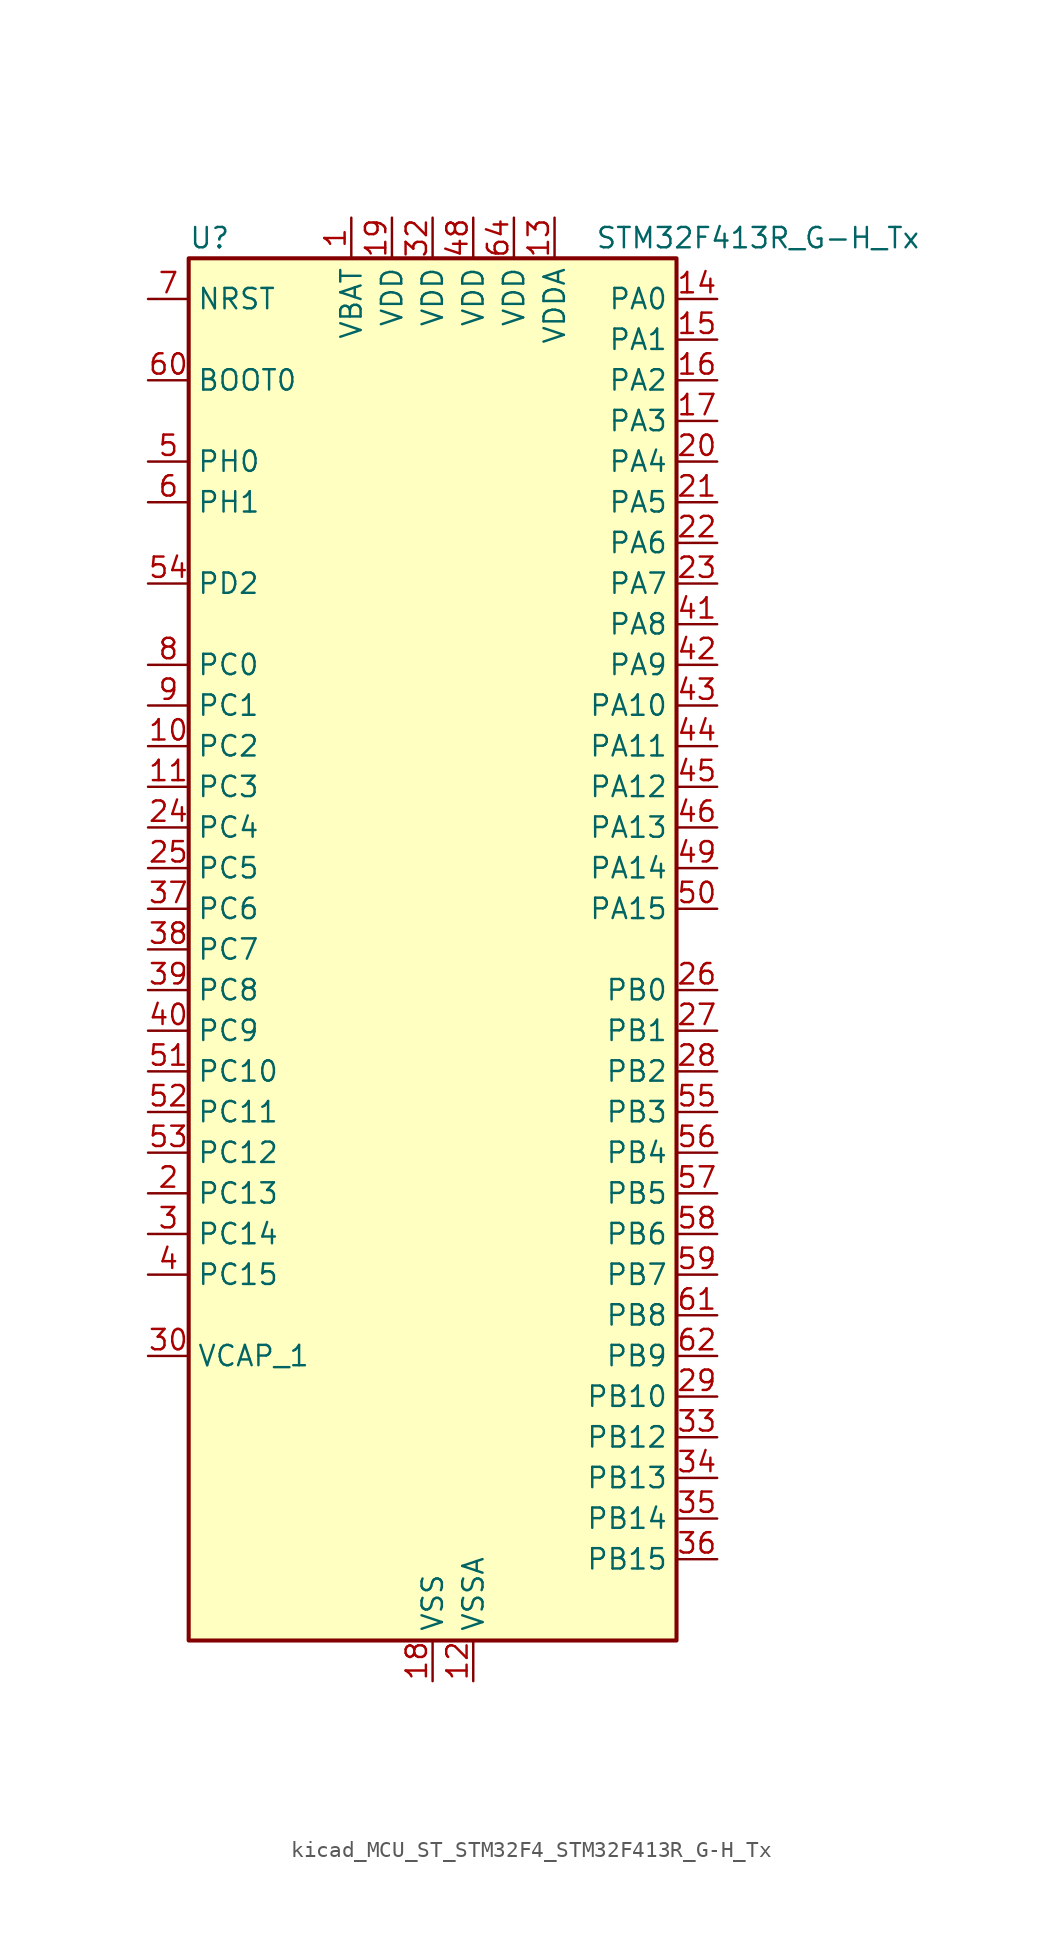
<source format=kicad_sym>
(kicad_symbol_lib
  (version 20220914)
  (generator kicad_symbol_editor)
  (symbol "kicad_MCU_ST_STM32F4_STM32F413R_G-H_Tx"
    (property "Reference" "U"
      (at -15.24 44.45 0)
      (effects (font (size 1.27 1.27)) (justify left)))
    (property "Value" "STM32F413R_G-H_Tx"
      (at 10.16 44.45 0)
      (effects (font (size 1.27 1.27)) (justify left)))
    (property "ki_locked" ""
      (at 0 0 0)
      (effects (font (size 1.27 1.27))))
    (symbol "kicad_MCU_ST_STM32F4_STM32F413R_G-H_Tx_0_1"
      (rectangle (start -15.24 -43.18) (end 15.24 43.18) (stroke (width 0.254) (type default)) (fill (type background))))
    (symbol "kicad_MCU_ST_STM32F4_STM32F413R_G-H_Tx_1_1"
      (pin power_in line (at -5.08 45.72 270) (length 2.54) (name "VBAT" (effects (font (size 1.27 1.27)))) (number "1" (effects (font (size 1.27 1.27)))))
      (pin bidirectional line (at -17.78 12.7 0) (length 2.54) (name "PC2" (effects (font (size 1.27 1.27)))) (number "10" (effects (font (size 1.27 1.27)))) (alternate "ADC1_IN12" bidirectional line) (alternate "DFSDM1_CKOUT" bidirectional line) (alternate "DFSDM2_DATIN7" bidirectional line) (alternate "FSMC_NWE" bidirectional line) (alternate "I2S2_ext_SD" bidirectional line) (alternate "LPTIM1_IN2" bidirectional line) (alternate "SAI1_SCK_B" bidirectional line) (alternate "SPI2_MISO" bidirectional line))
      (pin bidirectional line (at -17.78 10.16 0) (length 2.54) (name "PC3" (effects (font (size 1.27 1.27)))) (number "11" (effects (font (size 1.27 1.27)))) (alternate "ADC1_IN13" bidirectional line) (alternate "DFSDM2_CKIN7" bidirectional line) (alternate "FSMC_A0" bidirectional line) (alternate "I2S2_SD" bidirectional line) (alternate "LPTIM1_ETR" bidirectional line) (alternate "SAI1_FS_B" bidirectional line) (alternate "SPI2_MOSI" bidirectional line))
      (pin power_in line (at 2.54 -45.72 90) (length 2.54) (name "VSSA" (effects (font (size 1.27 1.27)))) (number "12" (effects (font (size 1.27 1.27)))))
      (pin power_in line (at 7.62 45.72 270) (length 2.54) (name "VDDA" (effects (font (size 1.27 1.27)))) (number "13" (effects (font (size 1.27 1.27)))))
      (pin bidirectional line (at 17.78 40.64 180) (length 2.54) (name "PA0" (effects (font (size 1.27 1.27)))) (number "14" (effects (font (size 1.27 1.27)))) (alternate "ADC1_IN0" bidirectional line) (alternate "SYS_WKUP1" bidirectional line) (alternate "TIM2_CH1" bidirectional line) (alternate "TIM2_ETR" bidirectional line) (alternate "TIM5_CH1" bidirectional line) (alternate "TIM8_ETR" bidirectional line) (alternate "UART4_TX" bidirectional line) (alternate "USART2_CTS" bidirectional line))
      (pin bidirectional line (at 17.78 38.1 180) (length 2.54) (name "PA1" (effects (font (size 1.27 1.27)))) (number "15" (effects (font (size 1.27 1.27)))) (alternate "ADC1_IN1" bidirectional line) (alternate "I2S4_SD" bidirectional line) (alternate "QUADSPI_BK1_IO3" bidirectional line) (alternate "SPI4_MOSI" bidirectional line) (alternate "TIM2_CH2" bidirectional line) (alternate "TIM5_CH2" bidirectional line) (alternate "UART4_RX" bidirectional line) (alternate "USART2_RTS" bidirectional line))
      (pin bidirectional line (at 17.78 35.56 180) (length 2.54) (name "PA2" (effects (font (size 1.27 1.27)))) (number "16" (effects (font (size 1.27 1.27)))) (alternate "ADC1_IN2" bidirectional line) (alternate "FSMC_D4" bidirectional line) (alternate "FSMC_DA4" bidirectional line) (alternate "I2S_CKIN" bidirectional line) (alternate "TIM2_CH3" bidirectional line) (alternate "TIM5_CH3" bidirectional line) (alternate "TIM9_CH1" bidirectional line) (alternate "USART2_TX" bidirectional line))
      (pin bidirectional line (at 17.78 33.02 180) (length 2.54) (name "PA3" (effects (font (size 1.27 1.27)))) (number "17" (effects (font (size 1.27 1.27)))) (alternate "ADC1_IN3" bidirectional line) (alternate "FSMC_D5" bidirectional line) (alternate "FSMC_DA5" bidirectional line) (alternate "I2S2_MCK" bidirectional line) (alternate "SAI1_SD_B" bidirectional line) (alternate "TIM2_CH4" bidirectional line) (alternate "TIM5_CH4" bidirectional line) (alternate "TIM9_CH2" bidirectional line) (alternate "USART2_RX" bidirectional line))
      (pin power_in line (at 0 -45.72 90) (length 2.54) (name "VSS" (effects (font (size 1.27 1.27)))) (number "18" (effects (font (size 1.27 1.27)))))
      (pin power_in line (at -2.54 45.72 270) (length 2.54) (name "VDD" (effects (font (size 1.27 1.27)))) (number "19" (effects (font (size 1.27 1.27)))))
      (pin bidirectional line (at -17.78 -15.24 0) (length 2.54) (name "PC13" (effects (font (size 1.27 1.27)))) (number "2" (effects (font (size 1.27 1.27)))) (alternate "RTC_AF1" bidirectional line))
      (pin bidirectional line (at 17.78 30.48 180) (length 2.54) (name "PA4" (effects (font (size 1.27 1.27)))) (number "20" (effects (font (size 1.27 1.27)))) (alternate "ADC1_IN4" bidirectional line) (alternate "DAC_OUT1" bidirectional line) (alternate "DFSDM1_DATIN1" bidirectional line) (alternate "FSMC_D6" bidirectional line) (alternate "FSMC_DA6" bidirectional line) (alternate "I2S1_WS" bidirectional line) (alternate "I2S3_WS" bidirectional line) (alternate "SPI1_NSS" bidirectional line) (alternate "SPI3_NSS" bidirectional line) (alternate "USART2_CK" bidirectional line))
      (pin bidirectional line (at 17.78 27.94 180) (length 2.54) (name "PA5" (effects (font (size 1.27 1.27)))) (number "21" (effects (font (size 1.27 1.27)))) (alternate "ADC1_IN5" bidirectional line) (alternate "DAC_OUT2" bidirectional line) (alternate "DFSDM1_CKIN1" bidirectional line) (alternate "FSMC_D7" bidirectional line) (alternate "FSMC_DA7" bidirectional line) (alternate "I2S1_CK" bidirectional line) (alternate "SPI1_SCK" bidirectional line) (alternate "TIM2_CH1" bidirectional line) (alternate "TIM2_ETR" bidirectional line) (alternate "TIM8_CH1N" bidirectional line))
      (pin bidirectional line (at 17.78 25.4 180) (length 2.54) (name "PA6" (effects (font (size 1.27 1.27)))) (number "22" (effects (font (size 1.27 1.27)))) (alternate "ADC1_IN6" bidirectional line) (alternate "DFSDM2_CKIN1" bidirectional line) (alternate "I2S2_MCK" bidirectional line) (alternate "QUADSPI_BK2_IO0" bidirectional line) (alternate "SDIO_CMD" bidirectional line) (alternate "SPI1_MISO" bidirectional line) (alternate "TIM13_CH1" bidirectional line) (alternate "TIM1_BKIN" bidirectional line) (alternate "TIM3_CH1" bidirectional line) (alternate "TIM8_BKIN" bidirectional line))
      (pin bidirectional line (at 17.78 22.86 180) (length 2.54) (name "PA7" (effects (font (size 1.27 1.27)))) (number "23" (effects (font (size 1.27 1.27)))) (alternate "ADC1_IN7" bidirectional line) (alternate "DFSDM2_DATIN1" bidirectional line) (alternate "I2S1_SD" bidirectional line) (alternate "QUADSPI_BK2_IO1" bidirectional line) (alternate "SPI1_MOSI" bidirectional line) (alternate "TIM14_CH1" bidirectional line) (alternate "TIM1_CH1N" bidirectional line) (alternate "TIM3_CH2" bidirectional line) (alternate "TIM8_CH1N" bidirectional line))
      (pin bidirectional line (at -17.78 7.62 0) (length 2.54) (name "PC4" (effects (font (size 1.27 1.27)))) (number "24" (effects (font (size 1.27 1.27)))) (alternate "ADC1_IN14" bidirectional line) (alternate "DFSDM2_CKIN2" bidirectional line) (alternate "FSMC_NE4" bidirectional line) (alternate "I2S1_MCK" bidirectional line) (alternate "QUADSPI_BK2_IO2" bidirectional line))
      (pin bidirectional line (at -17.78 5.08 0) (length 2.54) (name "PC5" (effects (font (size 1.27 1.27)))) (number "25" (effects (font (size 1.27 1.27)))) (alternate "ADC1_IN15" bidirectional line) (alternate "DFSDM2_DATIN2" bidirectional line) (alternate "FMPI2C1_SMBA" bidirectional line) (alternate "FSMC_NOE" bidirectional line) (alternate "QUADSPI_BK2_IO3" bidirectional line) (alternate "USART3_RX" bidirectional line))
      (pin bidirectional line (at 17.78 -2.54 180) (length 2.54) (name "PB0" (effects (font (size 1.27 1.27)))) (number "26" (effects (font (size 1.27 1.27)))) (alternate "ADC1_IN8" bidirectional line) (alternate "I2S5_CK" bidirectional line) (alternate "SPI5_SCK" bidirectional line) (alternate "TIM1_CH2N" bidirectional line) (alternate "TIM3_CH3" bidirectional line) (alternate "TIM8_CH2N" bidirectional line))
      (pin bidirectional line (at 17.78 -5.08 180) (length 2.54) (name "PB1" (effects (font (size 1.27 1.27)))) (number "27" (effects (font (size 1.27 1.27)))) (alternate "ADC1_IN9" bidirectional line) (alternate "DFSDM1_DATIN0" bidirectional line) (alternate "I2S5_WS" bidirectional line) (alternate "QUADSPI_CLK" bidirectional line) (alternate "SPI5_NSS" bidirectional line) (alternate "TIM1_CH3N" bidirectional line) (alternate "TIM3_CH4" bidirectional line) (alternate "TIM8_CH3N" bidirectional line))
      (pin bidirectional line (at 17.78 -7.62 180) (length 2.54) (name "PB2" (effects (font (size 1.27 1.27)))) (number "28" (effects (font (size 1.27 1.27)))) (alternate "DFSDM1_CKIN0" bidirectional line) (alternate "LPTIM1_OUT" bidirectional line) (alternate "QUADSPI_CLK" bidirectional line))
      (pin bidirectional line (at 17.78 -27.94 180) (length 2.54) (name "PB10" (effects (font (size 1.27 1.27)))) (number "29" (effects (font (size 1.27 1.27)))) (alternate "DFSDM2_CKOUT" bidirectional line) (alternate "FMPI2C1_SCL" bidirectional line) (alternate "I2C2_SCL" bidirectional line) (alternate "I2S2_CK" bidirectional line) (alternate "I2S3_MCK" bidirectional line) (alternate "SDIO_D7" bidirectional line) (alternate "SPI2_SCK" bidirectional line) (alternate "TIM2_CH3" bidirectional line) (alternate "USART3_TX" bidirectional line))
      (pin bidirectional line (at -17.78 -17.78 0) (length 2.54) (name "PC14" (effects (font (size 1.27 1.27)))) (number "3" (effects (font (size 1.27 1.27)))) (alternate "RCC_OSC32_IN" bidirectional line))
      (pin power_out line (at -17.78 -25.4 0) (length 2.54) (name "VCAP_1" (effects (font (size 1.27 1.27)))) (number "30" (effects (font (size 1.27 1.27)))))
      (pin passive line (at 0 -45.72 90) (length 2.54) hide (name "VSS" (effects (font (size 1.27 1.27)))) (number "31" (effects (font (size 1.27 1.27)))))
      (pin power_in line (at 0 45.72 270) (length 2.54) (name "VDD" (effects (font (size 1.27 1.27)))) (number "32" (effects (font (size 1.27 1.27)))))
      (pin bidirectional line (at 17.78 -30.48 180) (length 2.54) (name "PB12" (effects (font (size 1.27 1.27)))) (number "33" (effects (font (size 1.27 1.27)))) (alternate "CAN2_RX" bidirectional line) (alternate "DFSDM1_DATIN1" bidirectional line) (alternate "I2C2_SMBA" bidirectional line) (alternate "I2S2_WS" bidirectional line) (alternate "I2S3_CK" bidirectional line) (alternate "I2S4_WS" bidirectional line) (alternate "SPI2_NSS" bidirectional line) (alternate "SPI3_SCK" bidirectional line) (alternate "SPI4_NSS" bidirectional line) (alternate "TIM1_BKIN" bidirectional line) (alternate "UART5_RX" bidirectional line) (alternate "USART3_CK" bidirectional line))
      (pin bidirectional line (at 17.78 -33.02 180) (length 2.54) (name "PB13" (effects (font (size 1.27 1.27)))) (number "34" (effects (font (size 1.27 1.27)))) (alternate "CAN2_TX" bidirectional line) (alternate "DFSDM1_CKIN1" bidirectional line) (alternate "FMPI2C1_SMBA" bidirectional line) (alternate "I2S2_CK" bidirectional line) (alternate "I2S4_CK" bidirectional line) (alternate "SPI2_SCK" bidirectional line) (alternate "SPI4_SCK" bidirectional line) (alternate "TIM1_CH1N" bidirectional line) (alternate "UART5_TX" bidirectional line) (alternate "USART3_CTS" bidirectional line))
      (pin bidirectional line (at 17.78 -35.56 180) (length 2.54) (name "PB14" (effects (font (size 1.27 1.27)))) (number "35" (effects (font (size 1.27 1.27)))) (alternate "DFSDM1_DATIN2" bidirectional line) (alternate "FMPI2C1_SDA" bidirectional line) (alternate "FSMC_D0" bidirectional line) (alternate "FSMC_DA0" bidirectional line) (alternate "I2S2_ext_SD" bidirectional line) (alternate "SDIO_D6" bidirectional line) (alternate "SPI2_MISO" bidirectional line) (alternate "TIM12_CH1" bidirectional line) (alternate "TIM1_CH2N" bidirectional line) (alternate "TIM8_CH2N" bidirectional line) (alternate "USART3_RTS" bidirectional line))
      (pin bidirectional line (at 17.78 -38.1 180) (length 2.54) (name "PB15" (effects (font (size 1.27 1.27)))) (number "36" (effects (font (size 1.27 1.27)))) (alternate "ADC1_EXTI15" bidirectional line) (alternate "DFSDM1_CKIN2" bidirectional line) (alternate "FMPI2C1_SCL" bidirectional line) (alternate "I2S2_SD" bidirectional line) (alternate "RTC_REFIN" bidirectional line) (alternate "SDIO_CK" bidirectional line) (alternate "SPI2_MOSI" bidirectional line) (alternate "TIM12_CH2" bidirectional line) (alternate "TIM1_CH3N" bidirectional line) (alternate "TIM8_CH3N" bidirectional line))
      (pin bidirectional line (at -17.78 2.54 0) (length 2.54) (name "PC6" (effects (font (size 1.27 1.27)))) (number "37" (effects (font (size 1.27 1.27)))) (alternate "DFSDM1_CKIN3" bidirectional line) (alternate "DFSDM2_DATIN6" bidirectional line) (alternate "FMPI2C1_SCL" bidirectional line) (alternate "FSMC_D1" bidirectional line) (alternate "FSMC_DA1" bidirectional line) (alternate "I2S2_MCK" bidirectional line) (alternate "SDIO_D6" bidirectional line) (alternate "TIM3_CH1" bidirectional line) (alternate "TIM8_CH1" bidirectional line) (alternate "USART6_TX" bidirectional line))
      (pin bidirectional line (at -17.78 0 0) (length 2.54) (name "PC7" (effects (font (size 1.27 1.27)))) (number "38" (effects (font (size 1.27 1.27)))) (alternate "DFSDM1_DATIN3" bidirectional line) (alternate "DFSDM2_CKIN6" bidirectional line) (alternate "FMPI2C1_SDA" bidirectional line) (alternate "I2S2_CK" bidirectional line) (alternate "I2S3_MCK" bidirectional line) (alternate "SDIO_D7" bidirectional line) (alternate "SPI2_SCK" bidirectional line) (alternate "TIM3_CH2" bidirectional line) (alternate "TIM8_CH2" bidirectional line) (alternate "USART6_RX" bidirectional line))
      (pin bidirectional line (at -17.78 -2.54 0) (length 2.54) (name "PC8" (effects (font (size 1.27 1.27)))) (number "39" (effects (font (size 1.27 1.27)))) (alternate "DFSDM2_CKIN3" bidirectional line) (alternate "QUADSPI_BK1_IO2" bidirectional line) (alternate "SDIO_D0" bidirectional line) (alternate "TIM3_CH3" bidirectional line) (alternate "TIM8_CH3" bidirectional line) (alternate "USART6_CK" bidirectional line))
      (pin bidirectional line (at -17.78 -20.32 0) (length 2.54) (name "PC15" (effects (font (size 1.27 1.27)))) (number "4" (effects (font (size 1.27 1.27)))) (alternate "ADC1_EXTI15" bidirectional line) (alternate "RCC_OSC32_OUT" bidirectional line))
      (pin bidirectional line (at -17.78 -5.08 0) (length 2.54) (name "PC9" (effects (font (size 1.27 1.27)))) (number "40" (effects (font (size 1.27 1.27)))) (alternate "DAC_EXTI9" bidirectional line) (alternate "DFSDM2_DATIN3" bidirectional line) (alternate "I2C3_SDA" bidirectional line) (alternate "I2S_CKIN" bidirectional line) (alternate "QUADSPI_BK1_IO0" bidirectional line) (alternate "RCC_MCO_2" bidirectional line) (alternate "SDIO_D1" bidirectional line) (alternate "TIM3_CH4" bidirectional line) (alternate "TIM8_CH4" bidirectional line))
      (pin bidirectional line (at 17.78 20.32 180) (length 2.54) (name "PA8" (effects (font (size 1.27 1.27)))) (number "41" (effects (font (size 1.27 1.27)))) (alternate "CAN3_RX" bidirectional line) (alternate "DFSDM1_CKOUT" bidirectional line) (alternate "I2C3_SCL" bidirectional line) (alternate "RCC_MCO_1" bidirectional line) (alternate "SDIO_D1" bidirectional line) (alternate "TIM1_CH1" bidirectional line) (alternate "UART7_RX" bidirectional line) (alternate "USART1_CK" bidirectional line) (alternate "USB_OTG_FS_SOF" bidirectional line))
      (pin bidirectional line (at 17.78 17.78 180) (length 2.54) (name "PA9" (effects (font (size 1.27 1.27)))) (number "42" (effects (font (size 1.27 1.27)))) (alternate "DAC_EXTI9" bidirectional line) (alternate "DFSDM2_CKIN3" bidirectional line) (alternate "I2C3_SMBA" bidirectional line) (alternate "I2S2_CK" bidirectional line) (alternate "SDIO_D2" bidirectional line) (alternate "SPI2_SCK" bidirectional line) (alternate "TIM1_CH2" bidirectional line) (alternate "USART1_TX" bidirectional line) (alternate "USB_OTG_FS_VBUS" bidirectional line))
      (pin bidirectional line (at 17.78 15.24 180) (length 2.54) (name "PA10" (effects (font (size 1.27 1.27)))) (number "43" (effects (font (size 1.27 1.27)))) (alternate "DFSDM2_DATIN3" bidirectional line) (alternate "I2S2_SD" bidirectional line) (alternate "I2S5_SD" bidirectional line) (alternate "SPI2_MOSI" bidirectional line) (alternate "SPI5_MOSI" bidirectional line) (alternate "TIM1_CH3" bidirectional line) (alternate "USART1_RX" bidirectional line) (alternate "USB_OTG_FS_ID" bidirectional line))
      (pin bidirectional line (at 17.78 12.7 180) (length 2.54) (name "PA11" (effects (font (size 1.27 1.27)))) (number "44" (effects (font (size 1.27 1.27)))) (alternate "ADC1_EXTI11" bidirectional line) (alternate "CAN1_RX" bidirectional line) (alternate "DFSDM2_CKIN5" bidirectional line) (alternate "I2S2_WS" bidirectional line) (alternate "SPI2_NSS" bidirectional line) (alternate "SPI4_MISO" bidirectional line) (alternate "TIM1_CH4" bidirectional line) (alternate "UART4_RX" bidirectional line) (alternate "USART1_CTS" bidirectional line) (alternate "USART6_TX" bidirectional line) (alternate "USB_OTG_FS_DM" bidirectional line))
      (pin bidirectional line (at 17.78 10.16 180) (length 2.54) (name "PA12" (effects (font (size 1.27 1.27)))) (number "45" (effects (font (size 1.27 1.27)))) (alternate "CAN1_TX" bidirectional line) (alternate "DFSDM2_DATIN5" bidirectional line) (alternate "SPI2_MISO" bidirectional line) (alternate "SPI5_MISO" bidirectional line) (alternate "TIM1_ETR" bidirectional line) (alternate "UART4_TX" bidirectional line) (alternate "USART1_RTS" bidirectional line) (alternate "USART6_RX" bidirectional line) (alternate "USB_OTG_FS_DP" bidirectional line))
      (pin bidirectional line (at 17.78 7.62 180) (length 2.54) (name "PA13" (effects (font (size 1.27 1.27)))) (number "46" (effects (font (size 1.27 1.27)))) (alternate "SYS_JTMS-SWDIO" bidirectional line))
      (pin passive line (at 0 -45.72 90) (length 2.54) hide (name "VSS" (effects (font (size 1.27 1.27)))) (number "47" (effects (font (size 1.27 1.27)))))
      (pin power_in line (at 2.54 45.72 270) (length 2.54) (name "VDD" (effects (font (size 1.27 1.27)))) (number "48" (effects (font (size 1.27 1.27)))))
      (pin bidirectional line (at 17.78 5.08 180) (length 2.54) (name "PA14" (effects (font (size 1.27 1.27)))) (number "49" (effects (font (size 1.27 1.27)))) (alternate "SYS_JTCK-SWCLK" bidirectional line))
      (pin bidirectional line (at -17.78 30.48 0) (length 2.54) (name "PH0" (effects (font (size 1.27 1.27)))) (number "5" (effects (font (size 1.27 1.27)))) (alternate "RCC_OSC_IN" bidirectional line))
      (pin bidirectional line (at 17.78 2.54 180) (length 2.54) (name "PA15" (effects (font (size 1.27 1.27)))) (number "50" (effects (font (size 1.27 1.27)))) (alternate "ADC1_EXTI15" bidirectional line) (alternate "CAN3_TX" bidirectional line) (alternate "I2S1_WS" bidirectional line) (alternate "I2S3_WS" bidirectional line) (alternate "SAI1_MCLK_A" bidirectional line) (alternate "SPI1_NSS" bidirectional line) (alternate "SPI3_NSS" bidirectional line) (alternate "SYS_JTDI" bidirectional line) (alternate "TIM2_CH1" bidirectional line) (alternate "TIM2_ETR" bidirectional line) (alternate "UART7_TX" bidirectional line) (alternate "USART1_TX" bidirectional line))
      (pin bidirectional line (at -17.78 -7.62 0) (length 2.54) (name "PC10" (effects (font (size 1.27 1.27)))) (number "51" (effects (font (size 1.27 1.27)))) (alternate "DFSDM2_CKIN5" bidirectional line) (alternate "I2S3_CK" bidirectional line) (alternate "QUADSPI_BK1_IO1" bidirectional line) (alternate "SDIO_D2" bidirectional line) (alternate "SPI3_SCK" bidirectional line) (alternate "USART3_TX" bidirectional line))
      (pin bidirectional line (at -17.78 -10.16 0) (length 2.54) (name "PC11" (effects (font (size 1.27 1.27)))) (number "52" (effects (font (size 1.27 1.27)))) (alternate "ADC1_EXTI11" bidirectional line) (alternate "DFSDM2_DATIN5" bidirectional line) (alternate "FSMC_D2" bidirectional line) (alternate "FSMC_DA2" bidirectional line) (alternate "I2S3_ext_SD" bidirectional line) (alternate "QUADSPI_BK2_NCS" bidirectional line) (alternate "SDIO_D3" bidirectional line) (alternate "SPI3_MISO" bidirectional line) (alternate "UART4_RX" bidirectional line) (alternate "USART3_RX" bidirectional line))
      (pin bidirectional line (at -17.78 -12.7 0) (length 2.54) (name "PC12" (effects (font (size 1.27 1.27)))) (number "53" (effects (font (size 1.27 1.27)))) (alternate "FSMC_D3" bidirectional line) (alternate "FSMC_DA3" bidirectional line) (alternate "I2S3_SD" bidirectional line) (alternate "SDIO_CK" bidirectional line) (alternate "SPI3_MOSI" bidirectional line) (alternate "UART5_TX" bidirectional line) (alternate "USART3_CK" bidirectional line))
      (pin bidirectional line (at -17.78 22.86 0) (length 2.54) (name "PD2" (effects (font (size 1.27 1.27)))) (number "54" (effects (font (size 1.27 1.27)))) (alternate "DFSDM2_CKOUT" bidirectional line) (alternate "FSMC_NWE" bidirectional line) (alternate "SDIO_CMD" bidirectional line) (alternate "TIM3_ETR" bidirectional line) (alternate "UART5_RX" bidirectional line))
      (pin bidirectional line (at 17.78 -10.16 180) (length 2.54) (name "PB3" (effects (font (size 1.27 1.27)))) (number "55" (effects (font (size 1.27 1.27)))) (alternate "CAN3_RX" bidirectional line) (alternate "FMPI2C1_SDA" bidirectional line) (alternate "I2C2_SDA" bidirectional line) (alternate "I2S1_CK" bidirectional line) (alternate "I2S3_CK" bidirectional line) (alternate "SAI1_SD_A" bidirectional line) (alternate "SPI1_SCK" bidirectional line) (alternate "SPI3_SCK" bidirectional line) (alternate "SYS_JTDO-SWO" bidirectional line) (alternate "TIM2_CH2" bidirectional line) (alternate "UART7_RX" bidirectional line) (alternate "USART1_RX" bidirectional line))
      (pin bidirectional line (at 17.78 -12.7 180) (length 2.54) (name "PB4" (effects (font (size 1.27 1.27)))) (number "56" (effects (font (size 1.27 1.27)))) (alternate "CAN3_TX" bidirectional line) (alternate "I2C3_SDA" bidirectional line) (alternate "I2S3_ext_SD" bidirectional line) (alternate "SAI1_SCK_A" bidirectional line) (alternate "SDIO_D0" bidirectional line) (alternate "SPI1_MISO" bidirectional line) (alternate "SPI3_MISO" bidirectional line) (alternate "SYS_JTRST" bidirectional line) (alternate "TIM3_CH1" bidirectional line) (alternate "UART7_TX" bidirectional line))
      (pin bidirectional line (at 17.78 -15.24 180) (length 2.54) (name "PB5" (effects (font (size 1.27 1.27)))) (number "57" (effects (font (size 1.27 1.27)))) (alternate "CAN2_RX" bidirectional line) (alternate "I2C1_SMBA" bidirectional line) (alternate "I2S1_SD" bidirectional line) (alternate "I2S3_SD" bidirectional line) (alternate "LPTIM1_IN1" bidirectional line) (alternate "SAI1_FS_A" bidirectional line) (alternate "SDIO_D3" bidirectional line) (alternate "SPI1_MOSI" bidirectional line) (alternate "SPI3_MOSI" bidirectional line) (alternate "TIM3_CH2" bidirectional line) (alternate "UART5_RX" bidirectional line))
      (pin bidirectional line (at 17.78 -17.78 180) (length 2.54) (name "PB6" (effects (font (size 1.27 1.27)))) (number "58" (effects (font (size 1.27 1.27)))) (alternate "CAN2_TX" bidirectional line) (alternate "DFSDM2_CKIN7" bidirectional line) (alternate "I2C1_SCL" bidirectional line) (alternate "LPTIM1_ETR" bidirectional line) (alternate "QUADSPI_BK1_NCS" bidirectional line) (alternate "SDIO_D0" bidirectional line) (alternate "TIM4_CH1" bidirectional line) (alternate "UART5_TX" bidirectional line) (alternate "USART1_TX" bidirectional line))
      (pin bidirectional line (at 17.78 -20.32 180) (length 2.54) (name "PB7" (effects (font (size 1.27 1.27)))) (number "59" (effects (font (size 1.27 1.27)))) (alternate "DFSDM2_DATIN7" bidirectional line) (alternate "FSMC_NL" bidirectional line) (alternate "I2C1_SDA" bidirectional line) (alternate "LPTIM1_IN2" bidirectional line) (alternate "TIM4_CH2" bidirectional line) (alternate "USART1_RX" bidirectional line))
      (pin bidirectional line (at -17.78 27.94 0) (length 2.54) (name "PH1" (effects (font (size 1.27 1.27)))) (number "6" (effects (font (size 1.27 1.27)))) (alternate "RCC_OSC_OUT" bidirectional line))
      (pin input line (at -17.78 35.56 0) (length 2.54) (name "BOOT0" (effects (font (size 1.27 1.27)))) (number "60" (effects (font (size 1.27 1.27)))))
      (pin bidirectional line (at 17.78 -22.86 180) (length 2.54) (name "PB8" (effects (font (size 1.27 1.27)))) (number "61" (effects (font (size 1.27 1.27)))) (alternate "CAN1_RX" bidirectional line) (alternate "DFSDM2_CKIN1" bidirectional line) (alternate "I2C1_SCL" bidirectional line) (alternate "I2C3_SDA" bidirectional line) (alternate "I2S5_SD" bidirectional line) (alternate "LPTIM1_OUT" bidirectional line) (alternate "SDIO_D4" bidirectional line) (alternate "SPI5_MOSI" bidirectional line) (alternate "TIM10_CH1" bidirectional line) (alternate "TIM4_CH3" bidirectional line) (alternate "UART5_RX" bidirectional line))
      (pin bidirectional line (at 17.78 -25.4 180) (length 2.54) (name "PB9" (effects (font (size 1.27 1.27)))) (number "62" (effects (font (size 1.27 1.27)))) (alternate "CAN1_TX" bidirectional line) (alternate "DAC_EXTI9" bidirectional line) (alternate "DFSDM2_DATIN1" bidirectional line) (alternate "I2C1_SDA" bidirectional line) (alternate "I2C2_SDA" bidirectional line) (alternate "I2S2_WS" bidirectional line) (alternate "SDIO_D5" bidirectional line) (alternate "SPI2_NSS" bidirectional line) (alternate "TIM11_CH1" bidirectional line) (alternate "TIM4_CH4" bidirectional line) (alternate "UART5_TX" bidirectional line))
      (pin passive line (at 0 -45.72 90) (length 2.54) hide (name "VSS" (effects (font (size 1.27 1.27)))) (number "63" (effects (font (size 1.27 1.27)))))
      (pin power_in line (at 5.08 45.72 270) (length 2.54) (name "VDD" (effects (font (size 1.27 1.27)))) (number "64" (effects (font (size 1.27 1.27)))))
      (pin input line (at -17.78 40.64 0) (length 2.54) (name "NRST" (effects (font (size 1.27 1.27)))) (number "7" (effects (font (size 1.27 1.27)))))
      (pin bidirectional line (at -17.78 17.78 0) (length 2.54) (name "PC0" (effects (font (size 1.27 1.27)))) (number "8" (effects (font (size 1.27 1.27)))) (alternate "ADC1_IN10" bidirectional line) (alternate "DFSDM2_CKIN4" bidirectional line) (alternate "LPTIM1_IN1" bidirectional line) (alternate "SAI1_MCLK_B" bidirectional line) (alternate "SYS_WKUP2" bidirectional line))
      (pin bidirectional line (at -17.78 15.24 0) (length 2.54) (name "PC1" (effects (font (size 1.27 1.27)))) (number "9" (effects (font (size 1.27 1.27)))) (alternate "ADC1_IN11" bidirectional line) (alternate "DFSDM2_DATIN4" bidirectional line) (alternate "LPTIM1_OUT" bidirectional line) (alternate "SAI1_SD_B" bidirectional line) (alternate "SYS_WKUP3" bidirectional line)))))
</source>
